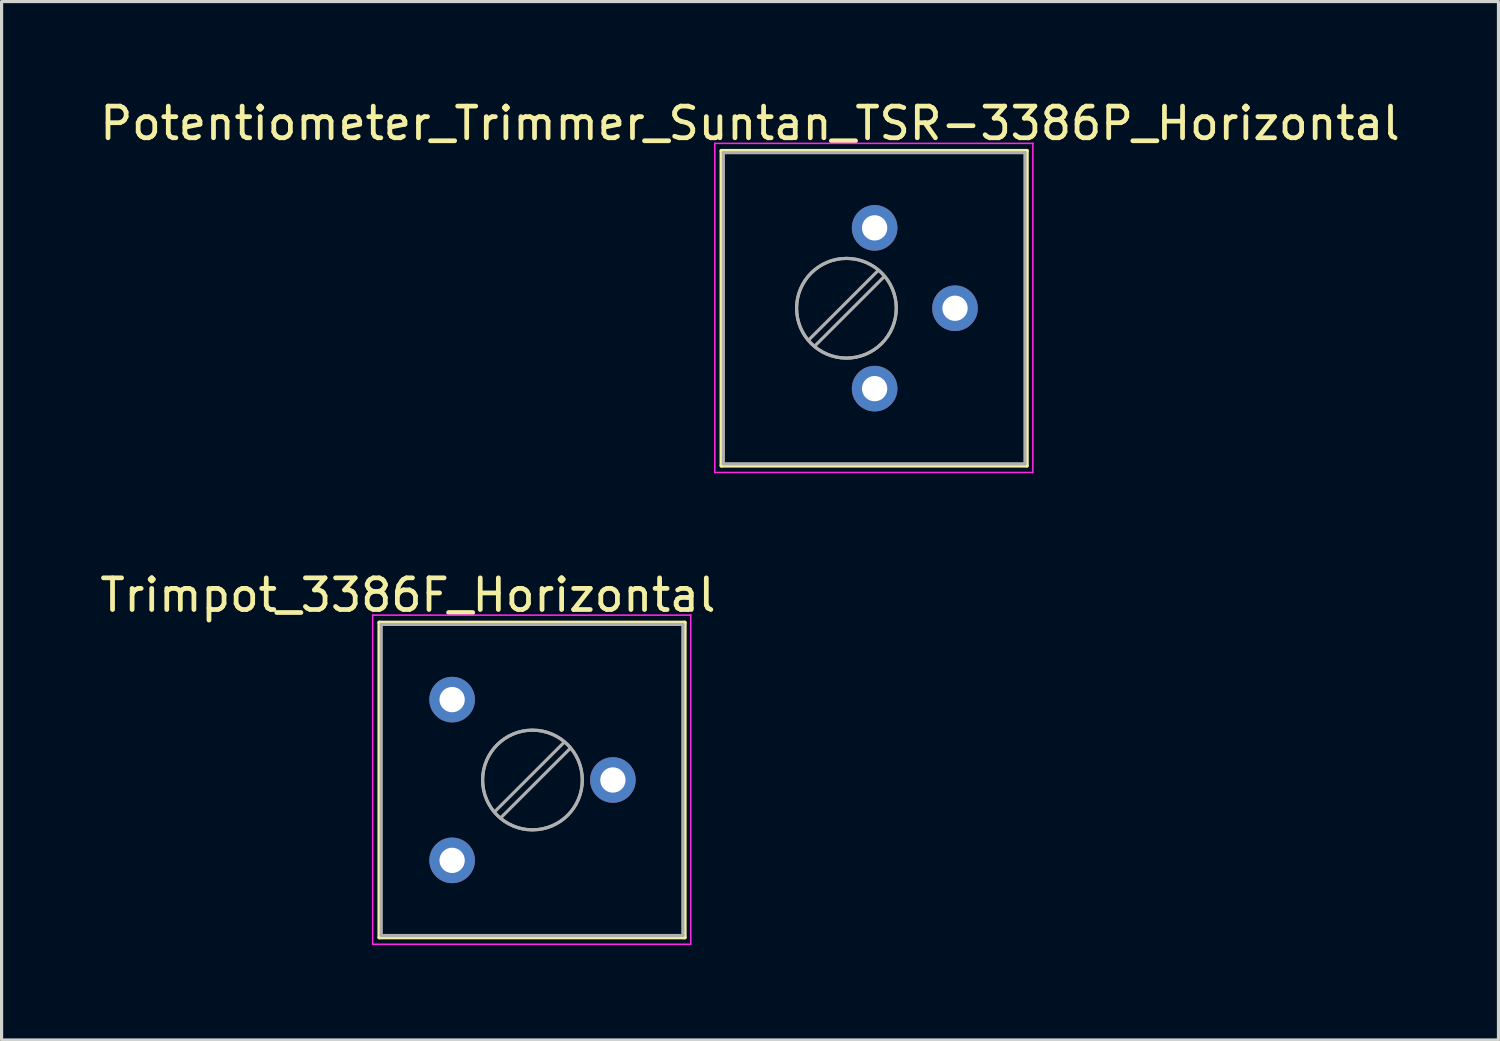
<source format=kicad_pcb>
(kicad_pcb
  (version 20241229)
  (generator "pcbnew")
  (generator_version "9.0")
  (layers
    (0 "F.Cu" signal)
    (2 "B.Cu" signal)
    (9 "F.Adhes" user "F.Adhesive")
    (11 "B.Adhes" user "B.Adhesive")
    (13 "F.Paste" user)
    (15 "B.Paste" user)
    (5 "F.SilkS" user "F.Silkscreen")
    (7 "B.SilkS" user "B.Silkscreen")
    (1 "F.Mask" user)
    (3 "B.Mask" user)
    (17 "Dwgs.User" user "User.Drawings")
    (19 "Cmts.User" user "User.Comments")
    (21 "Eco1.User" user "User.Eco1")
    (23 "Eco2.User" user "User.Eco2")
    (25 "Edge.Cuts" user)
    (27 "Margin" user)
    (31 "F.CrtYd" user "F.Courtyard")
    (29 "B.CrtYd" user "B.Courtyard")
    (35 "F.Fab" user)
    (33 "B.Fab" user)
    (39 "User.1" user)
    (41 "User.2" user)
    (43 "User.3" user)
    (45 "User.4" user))
  (footprint "Potentiometer_Trimmer_Suntan_TSR-3386P_Horizontal"
    (layer "F.Cu")
    (at 24.586 9.23)
    (property "Reference" "Potentiometer_Trimmer_Suntan_TSR-3386P_Horizontal" (at -3.937 -8.382 0) (layer "F.SilkS") (effects (font (size 1 1) (thickness 0.15))))
    (attr through_hole)
    (fp_line (start -4.84 -7.515) (end -4.84 2.435) (stroke (width 0.12) (type solid)) (layer "F.SilkS"))
    (fp_line (start -4.84 -7.515) (end 4.81 -7.515) (stroke (width 0.12) (type solid)) (layer "F.SilkS"))
    (fp_line (start -4.84 2.435) (end 4.81 2.435) (stroke (width 0.12) (type solid)) (layer "F.SilkS"))
    (fp_line (start 4.81 -7.515) (end 4.81 2.435) (stroke (width 0.12) (type solid)) (layer "F.SilkS"))
    (fp_line (start -5.05 -7.75) (end -5.05 2.65) (stroke (width 0.05) (type solid)) (layer "F.CrtYd"))
    (fp_line (start -5.05 2.65) (end 5 2.65) (stroke (width 0.05) (type solid)) (layer "F.CrtYd"))
    (fp_line (start 5 -7.75) (end -5.05 -7.75) (stroke (width 0.05) (type solid)) (layer "F.CrtYd"))
    (fp_line (start 5 2.65) (end 5 -7.75) (stroke (width 0.05) (type solid)) (layer "F.CrtYd"))
    (fp_line (start -4.78 -7.455) (end -4.78 2.375) (stroke (width 0.1) (type solid)) (layer "F.Fab"))
    (fp_line (start -4.78 2.375) (end 4.75 2.375) (stroke (width 0.1) (type solid)) (layer "F.Fab"))
    (fp_line (start 0.113 -3.734) (end -2.085 -1.537) (stroke (width 0.1) (type solid)) (layer "F.Fab"))
    (fp_line (start 0.305 -3.542) (end -1.893 -1.345) (stroke (width 0.1) (type solid)) (layer "F.Fab"))
    (fp_line (start 4.75 -7.455) (end -4.78 -7.455) (stroke (width 0.1) (type solid)) (layer "F.Fab"))
    (fp_line (start 4.75 2.375) (end 4.75 -7.455) (stroke (width 0.1) (type solid)) (layer "F.Fab"))
    (fp_circle (center -0.891 -2.54) (end 0.684 -2.54) (stroke (width 0.1) (type solid)) (fill no) (layer "F.Fab"))
    (fp_circle (center -0.89 -2.54) (end 0.685 -2.54) (stroke (width 0.1) (type solid)) (fill no) (layer "F.Fab"))
    (pad "1" thru_hole circle (at 0 0) (size 1.44 1.44) (drill 0.8) (layers "*.Cu" "*.Mask"))
    (pad "2" thru_hole circle (at 2.54 -2.54) (size 1.44 1.44) (drill 0.8) (layers "*.Cu" "*.Mask"))
    (pad "3" thru_hole circle (at 0 -5.08) (size 1.44 1.44) (drill 0.8) (layers "*.Cu" "*.Mask")))
  (footprint "Trimpot_3386F_Horizontal"
    (layer "F.Cu")
    (at 13.776 24.136)
    (property "Reference" "Trimpot_3386F_Horizontal" (at -3.937 -8.382 0) (layer "F.SilkS") (effects (font (size 1 1) (thickness 0.15))))
    (attr through_hole)
    (fp_line (start -4.84 -7.515) (end -4.84 2.435) (stroke (width 0.12) (type solid)) (layer "F.SilkS"))
    (fp_line (start -4.84 -7.515) (end 4.81 -7.515) (stroke (width 0.12) (type solid)) (layer "F.SilkS"))
    (fp_line (start -4.84 2.435) (end 4.81 2.435) (stroke (width 0.12) (type solid)) (layer "F.SilkS"))
    (fp_line (start 4.81 -7.515) (end 4.81 2.435) (stroke (width 0.12) (type solid)) (layer "F.SilkS"))
    (fp_line (start -5.05 -7.75) (end -5.05 2.65) (stroke (width 0.05) (type solid)) (layer "F.CrtYd"))
    (fp_line (start -5.05 2.65) (end 5 2.65) (stroke (width 0.05) (type solid)) (layer "F.CrtYd"))
    (fp_line (start 5 -7.75) (end -5.05 -7.75) (stroke (width 0.05) (type solid)) (layer "F.CrtYd"))
    (fp_line (start 5 2.65) (end 5 -7.75) (stroke (width 0.05) (type solid)) (layer "F.CrtYd"))
    (fp_line (start -4.78 -7.455) (end -4.78 2.375) (stroke (width 0.1) (type solid)) (layer "F.Fab"))
    (fp_line (start -4.78 2.375) (end 4.75 2.375) (stroke (width 0.1) (type solid)) (layer "F.Fab"))
    (fp_line (start 1.002 -3.734) (end -1.196 -1.537) (stroke (width 0.1) (type solid)) (layer "F.Fab"))
    (fp_line (start 1.194 -3.542) (end -1.004 -1.345) (stroke (width 0.1) (type solid)) (layer "F.Fab"))
    (fp_line (start 4.75 -7.455) (end -4.78 -7.455) (stroke (width 0.1) (type solid)) (layer "F.Fab"))
    (fp_line (start 4.75 2.375) (end 4.75 -7.455) (stroke (width 0.1) (type solid)) (layer "F.Fab"))
    (fp_circle (center -0.002 -2.54) (end 1.573 -2.54) (stroke (width 0.1) (type solid)) (fill no) (layer "F.Fab"))
    (fp_circle (center -0.001 -2.54) (end 1.574 -2.54) (stroke (width 0.1) (type solid)) (fill no) (layer "F.Fab"))
    (pad "1" thru_hole circle (at -2.54 0) (size 1.44 1.44) (drill 0.8) (layers "*.Cu" "*.Mask"))
    (pad "2" thru_hole circle (at 2.54 -2.54) (size 1.44 1.44) (drill 0.8) (layers "*.Cu" "*.Mask"))
    (pad "3" thru_hole circle (at -2.54 -5.08) (size 1.44 1.44) (drill 0.8) (layers "*.Cu" "*.Mask")))
  (gr_rect
    (start -3 -3)
    (end 44.298 29.811)
    (stroke (width 0.1) (type default))
    (fill no)
    (layer "Edge.Cuts")))
</source>
